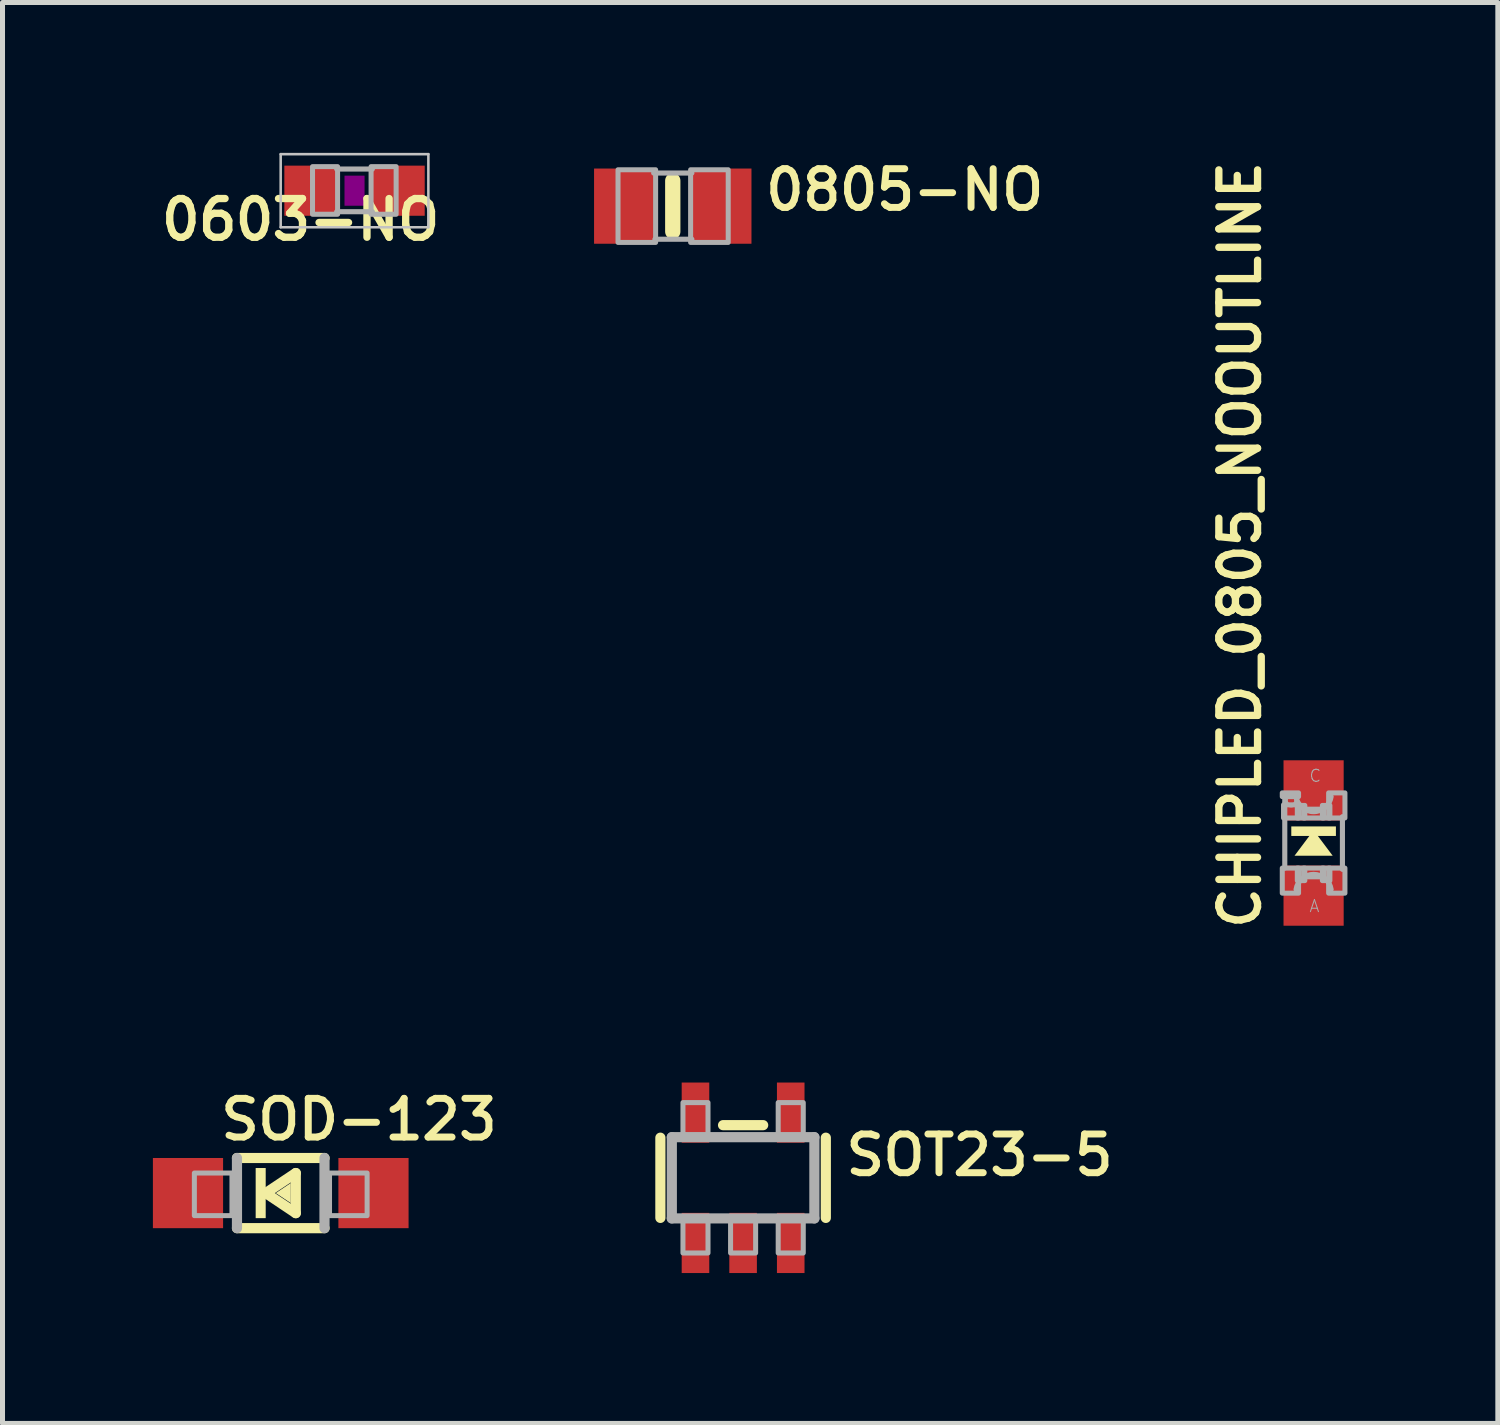
<source format=kicad_pcb>
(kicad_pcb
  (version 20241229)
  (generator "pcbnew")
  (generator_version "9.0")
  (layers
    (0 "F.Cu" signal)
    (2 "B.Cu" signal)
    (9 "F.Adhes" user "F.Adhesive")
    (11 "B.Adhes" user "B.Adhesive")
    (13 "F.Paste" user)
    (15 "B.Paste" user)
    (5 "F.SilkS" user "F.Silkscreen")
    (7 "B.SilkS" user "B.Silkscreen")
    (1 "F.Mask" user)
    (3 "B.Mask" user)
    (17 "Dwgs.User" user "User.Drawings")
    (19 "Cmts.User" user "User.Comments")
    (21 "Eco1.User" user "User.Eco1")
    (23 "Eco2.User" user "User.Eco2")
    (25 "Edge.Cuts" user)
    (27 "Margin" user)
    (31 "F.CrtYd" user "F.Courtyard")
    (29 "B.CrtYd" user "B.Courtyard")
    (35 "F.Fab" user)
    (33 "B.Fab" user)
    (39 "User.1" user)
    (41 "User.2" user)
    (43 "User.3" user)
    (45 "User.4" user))
  (footprint "0603-NO"
    (layer "F.Cu")
    (at 4.022 0.754)
    (property "Reference" "0603-NO" (at 1.778 0.127 0) (layer "F.SilkS") (effects (font (size 0.772 0.772) (thickness 0.146)) (justify right top)))
    (attr through_hole)
    (fp_poly (pts (xy -0.2 0.3) (xy 0.2 0.3) (xy 0.2 -0.3) (xy -0.2 -0.3)) (stroke (width 0) (type solid)) (fill yes) (layer "F.Adhes"))
    (fp_line (start -1.473 -0.729) (end 1.473 -0.729) (stroke (width 0.051) (type solid)) (layer "Dwgs.User"))
    (fp_line (start -1.473 0.729) (end -1.473 -0.729) (stroke (width 0.051) (type solid)) (layer "Dwgs.User"))
    (fp_line (start 1.473 -0.729) (end 1.473 0.729) (stroke (width 0.051) (type solid)) (layer "Dwgs.User"))
    (fp_line (start 1.473 0.729) (end -1.473 0.729) (stroke (width 0.051) (type solid)) (layer "Dwgs.User"))
    (fp_line (start -0.356 -0.432) (end 0.356 -0.432) (stroke (width 0.102) (type solid)) (layer "F.Fab"))
    (fp_line (start -0.356 0.419) (end 0.356 0.419) (stroke (width 0.102) (type solid)) (layer "F.Fab"))
    (fp_poly (pts (xy -0.838 0.47) (xy -0.338 0.47) (xy -0.338 -0.48) (xy -0.838 -0.48)) (stroke (width 0.1) (type solid)) (fill no) (layer "F.Fab"))
    (fp_poly (pts (xy 0.33 0.47) (xy 0.83 0.47) (xy 0.83 -0.48) (xy 0.33 -0.48)) (stroke (width 0.1) (type solid)) (fill no) (layer "F.Fab"))
    (pad "1" smd rect (at -0.85 0) (size 1.1 1) (layers "F.Cu" "F.Mask" "F.Paste"))
    (pad "2" smd rect (at 0.85 0) (size 1.1 1) (layers "F.Cu" "F.Mask" "F.Paste")))
  (footprint "0805-NO"
    (layer "F.Cu")
    (at 10.37 1.062)
    (property "Reference" "0805-NO" (at 1.778 0.127 0) (layer "F.SilkS") (effects (font (size 0.772 0.772) (thickness 0.139)) (justify left bottom)))
    (attr through_hole)
    (fp_line (start 0 -0.508) (end 0 0.508) (stroke (width 0.305) (type solid)) (layer "F.SilkS"))
    (fp_line (start -0.381 -0.66) (end 0.381 -0.66) (stroke (width 0.102) (type solid)) (layer "F.Fab"))
    (fp_line (start -0.356 0.66) (end 0.381 0.66) (stroke (width 0.102) (type solid)) (layer "F.Fab"))
    (fp_poly (pts (xy -1.092 0.724) (xy -0.342 0.724) (xy -0.342 -0.726) (xy -1.092 -0.726)) (stroke (width 0.1) (type solid)) (fill no) (layer "F.Fab"))
    (fp_poly (pts (xy 0.356 0.724) (xy 1.106 0.724) (xy 1.106 -0.726) (xy 0.356 -0.726)) (stroke (width 0.1) (type solid)) (fill no) (layer "F.Fab"))
    (pad "1" smd rect (at -0.95 0) (size 1.24 1.5) (layers "F.Cu" "F.Mask" "F.Paste"))
    (pad "2" smd rect (at 0.95 0) (size 1.24 1.5) (layers "F.Cu" "F.Mask" "F.Paste")))
  (footprint "CHIPLED_0805_NOOUTLINE"
    (layer "F.Cu")
    (at 23.153 13.766)
    (property "Reference" "CHIPLED_0805_NOOUTLINE" (at -1.016 1.778 90) (layer "F.SilkS") (effects (font (size 0.772 0.772) (thickness 0.146)) (justify left bottom)))
    (attr through_hole)
    (fp_poly (pts (xy 0 -0.254) (xy -0.381 0.254) (xy 0.381 0.254)) (stroke (width 0) (type solid)) (fill yes) (layer "F.SilkS"))
    (fp_poly (pts (xy -0.445 -0.141) (xy 0.445 -0.141) (xy 0.445 -0.331) (xy -0.445 -0.331)) (stroke (width 0) (type solid)) (fill yes) (layer "F.SilkS"))
    (fp_line (start -0.575 0.5) (end -0.575 -0.925) (stroke (width 0.102) (type solid)) (layer "F.Fab"))
    (fp_line (start 0.575 -0.525) (end 0.575 0.525) (stroke (width 0.102) (type solid)) (layer "F.Fab"))
    (fp_arc (start -0.35 0.925) (mid -0.000001 0.625027) (end 0.35 0.924998) (stroke (width 0.1016) (type solid)) (layer "F.Fab"))
    (fp_arc (start 0.35 -0.924998) (mid -0.000001 -0.625027) (end -0.35 -0.925) (stroke (width 0.1016) (type solid)) (layer "F.Fab"))
    (fp_circle (center -0.45 -0.85) (end -0.347 -0.85) (stroke (width 0.076) (type solid)) (fill no) (layer "F.Fab"))
    (fp_poly (pts (xy -0.625 -0.925) (xy -0.3 -0.925) (xy -0.3 -1) (xy -0.625 -1)) (stroke (width 0.1) (type solid)) (fill no) (layer "F.Fab"))
    (fp_poly (pts (xy -0.625 1) (xy -0.3 1) (xy -0.3 0.5) (xy -0.625 0.5)) (stroke (width 0.1) (type solid)) (fill no) (layer "F.Fab"))
    (fp_poly (pts (xy -0.6 -0.5) (xy -0.3 -0.5) (xy -0.3 -0.762) (xy -0.6 -0.762)) (stroke (width 0.1) (type solid)) (fill no) (layer "F.Fab"))
    (fp_poly (pts (xy -0.325 -0.5) (xy -0.175 -0.5) (xy -0.175 -0.75) (xy -0.325 -0.75)) (stroke (width 0.1) (type solid)) (fill no) (layer "F.Fab"))
    (fp_poly (pts (xy -0.325 0.75) (xy -0.175 0.75) (xy -0.175 0.5) (xy -0.325 0.5)) (stroke (width 0.1) (type solid)) (fill no) (layer "F.Fab"))
    (fp_poly (pts (xy -0.2 -0.5) (xy 0.2 -0.5) (xy 0.2 -0.675) (xy -0.2 -0.675)) (stroke (width 0.1) (type solid)) (fill no) (layer "F.Fab"))
    (fp_poly (pts (xy -0.2 0.675) (xy 0.2 0.675) (xy 0.2 0.5) (xy -0.2 0.5)) (stroke (width 0.1) (type solid)) (fill no) (layer "F.Fab"))
    (fp_poly (pts (xy 0.175 -0.5) (xy 0.325 -0.5) (xy 0.325 -0.75) (xy 0.175 -0.75)) (stroke (width 0.1) (type solid)) (fill no) (layer "F.Fab"))
    (fp_poly (pts (xy 0.175 0.75) (xy 0.325 0.75) (xy 0.325 0.5) (xy 0.175 0.5)) (stroke (width 0.1) (type solid)) (fill no) (layer "F.Fab"))
    (fp_poly (pts (xy 0.3 -0.5) (xy 0.625 -0.5) (xy 0.625 -1) (xy 0.3 -1)) (stroke (width 0.1) (type solid)) (fill no) (layer "F.Fab"))
    (fp_poly (pts (xy 0.3 1) (xy 0.625 1) (xy 0.625 0.5) (xy 0.3 0.5)) (stroke (width 0.1) (type solid)) (fill no) (layer "F.Fab"))
    (fp_text user "C" (at -0.1 -1.2 0) (layer "F.Fab") (effects (font (size 0.241 0.241) (thickness 0.02)) (justify left bottom)))
    (fp_text user "A" (at -0.1 1.4 0) (layer "F.Fab") (effects (font (size 0.241 0.241) (thickness 0.02)) (justify left bottom)))
    (pad "A" smd rect (at 0 1.05) (size 1.2 1.2) (layers "F.Cu" "F.Mask" "F.Paste"))
    (pad "C" smd rect (at 0 -1.05) (size 1.2 1.2) (layers "F.Cu" "F.Mask" "F.Paste")))
  (footprint "SOT23-5"
    (layer "F.Cu")
    (at 11.773 20.444)
    (property "Reference" "SOT23-5" (at 1.978 0 180) (layer "F.SilkS") (effects (font (size 0.772 0.772) (thickness 0.139)) (justify left bottom)))
    (attr through_hole)
    (fp_line (start -1.65 -0.8) (end -1.65 0.8) (stroke (width 0.203) (type solid)) (layer "F.SilkS"))
    (fp_line (start -0.4 -1.05) (end 0.4 -1.05) (stroke (width 0.203) (type solid)) (layer "F.SilkS"))
    (fp_line (start 1.65 -0.8) (end 1.65 0.8) (stroke (width 0.203) (type solid)) (layer "F.SilkS"))
    (fp_line (start -1.422 -0.81) (end 1.422 -0.81) (stroke (width 0.203) (type solid)) (layer "F.Fab"))
    (fp_line (start -1.422 0.81) (end -1.422 -0.81) (stroke (width 0.203) (type solid)) (layer "F.Fab"))
    (fp_line (start 1.422 -0.81) (end 1.422 0.81) (stroke (width 0.203) (type solid)) (layer "F.Fab"))
    (fp_line (start 1.422 0.81) (end -1.422 0.81) (stroke (width 0.203) (type solid)) (layer "F.Fab"))
    (fp_poly (pts (xy -1.2 -0.85) (xy -0.7 -0.85) (xy -0.7 -1.5) (xy -1.2 -1.5)) (stroke (width 0.1) (type solid)) (fill no) (layer "F.Fab"))
    (fp_poly (pts (xy -1.2 1.5) (xy -0.7 1.5) (xy -0.7 0.85) (xy -1.2 0.85)) (stroke (width 0.1) (type solid)) (fill no) (layer "F.Fab"))
    (fp_poly (pts (xy -0.25 1.5) (xy 0.25 1.5) (xy 0.25 0.85) (xy -0.25 0.85)) (stroke (width 0.1) (type solid)) (fill no) (layer "F.Fab"))
    (fp_poly (pts (xy 0.7 -0.85) (xy 1.2 -0.85) (xy 1.2 -1.5) (xy 0.7 -1.5)) (stroke (width 0.1) (type solid)) (fill no) (layer "F.Fab"))
    (fp_poly (pts (xy 0.7 1.5) (xy 1.2 1.5) (xy 1.2 0.85) (xy 0.7 0.85)) (stroke (width 0.1) (type solid)) (fill no) (layer "F.Fab"))
    (pad "1" smd rect (at -0.95 1.3) (size 0.55 1.2) (layers "F.Cu" "F.Mask" "F.Paste"))
    (pad "2" smd rect (at 0 1.3) (size 0.55 1.2) (layers "F.Cu" "F.Mask" "F.Paste"))
    (pad "3" smd rect (at 0.95 1.3) (size 0.55 1.2) (layers "F.Cu" "F.Mask" "F.Paste"))
    (pad "4" smd rect (at 0.95 -1.3) (size 0.55 1.2) (layers "F.Cu" "F.Mask" "F.Paste"))
    (pad "5" smd rect (at -0.95 -1.3) (size 0.55 1.2) (layers "F.Cu" "F.Mask" "F.Paste")))
  (footprint "SOD-123"
    (layer "F.Cu")
    (at 2.55 20.749)
    (property "Reference" "SOD-123" (at -1.27 -1.016 180) (layer "F.SilkS") (effects (font (size 0.772 0.772) (thickness 0.139)) (justify left bottom)))
    (attr through_hole)
    (fp_line (start -0.873 -0.7) (end 0.873 -0.7) (stroke (width 0.203) (type solid)) (layer "F.SilkS"))
    (fp_line (start -0.3 0) (end 0.3 -0.4) (stroke (width 0.203) (type solid)) (layer "F.SilkS"))
    (fp_line (start 0.3 -0.4) (end 0.3 0.4) (stroke (width 0.203) (type solid)) (layer "F.SilkS"))
    (fp_line (start 0.3 0.4) (end -0.3 0) (stroke (width 0.203) (type solid)) (layer "F.SilkS"))
    (fp_line (start 0.873 0.7) (end -0.873 0.7) (stroke (width 0.203) (type solid)) (layer "F.SilkS"))
    (fp_poly (pts (xy -0.1 0) (xy 0.2 -0.2) (xy 0.2 0.2)) (stroke (width 0) (type solid)) (fill yes) (layer "F.SilkS"))
    (fp_poly (pts (xy -0.5 0.5) (xy -0.3 0.5) (xy -0.3 -0.5) (xy -0.5 -0.5)) (stroke (width 0) (type solid)) (fill yes) (layer "F.SilkS"))
    (fp_line (start -0.873 0.7) (end -0.873 -0.7) (stroke (width 0.203) (type solid)) (layer "F.Fab"))
    (fp_line (start 0.873 -0.7) (end 0.873 0.7) (stroke (width 0.203) (type solid)) (layer "F.Fab"))
    (fp_poly (pts (xy -1.723 0.45) (xy -0.973 0.45) (xy -0.973 -0.4) (xy -1.723 -0.4)) (stroke (width 0.1) (type solid)) (fill no) (layer "F.Fab"))
    (fp_poly (pts (xy 0.973 0.45) (xy 1.723 0.45) (xy 1.723 -0.4) (xy 0.973 -0.4)) (stroke (width 0.1) (type solid)) (fill no) (layer "F.Fab"))
    (pad "A" smd rect (at 1.85 0 90) (size 1.4 1.4) (layers "F.Cu" "F.Mask" "F.Paste"))
    (pad "C" smd rect (at -1.85 0 90) (size 1.4 1.4) (layers "F.Cu" "F.Mask" "F.Paste")))
  (gr_rect
    (start -3 -3)
    (end 26.828 25.344)
    (stroke (width 0.1) (type default))
    (fill no)
    (layer "Edge.Cuts")))
</source>
